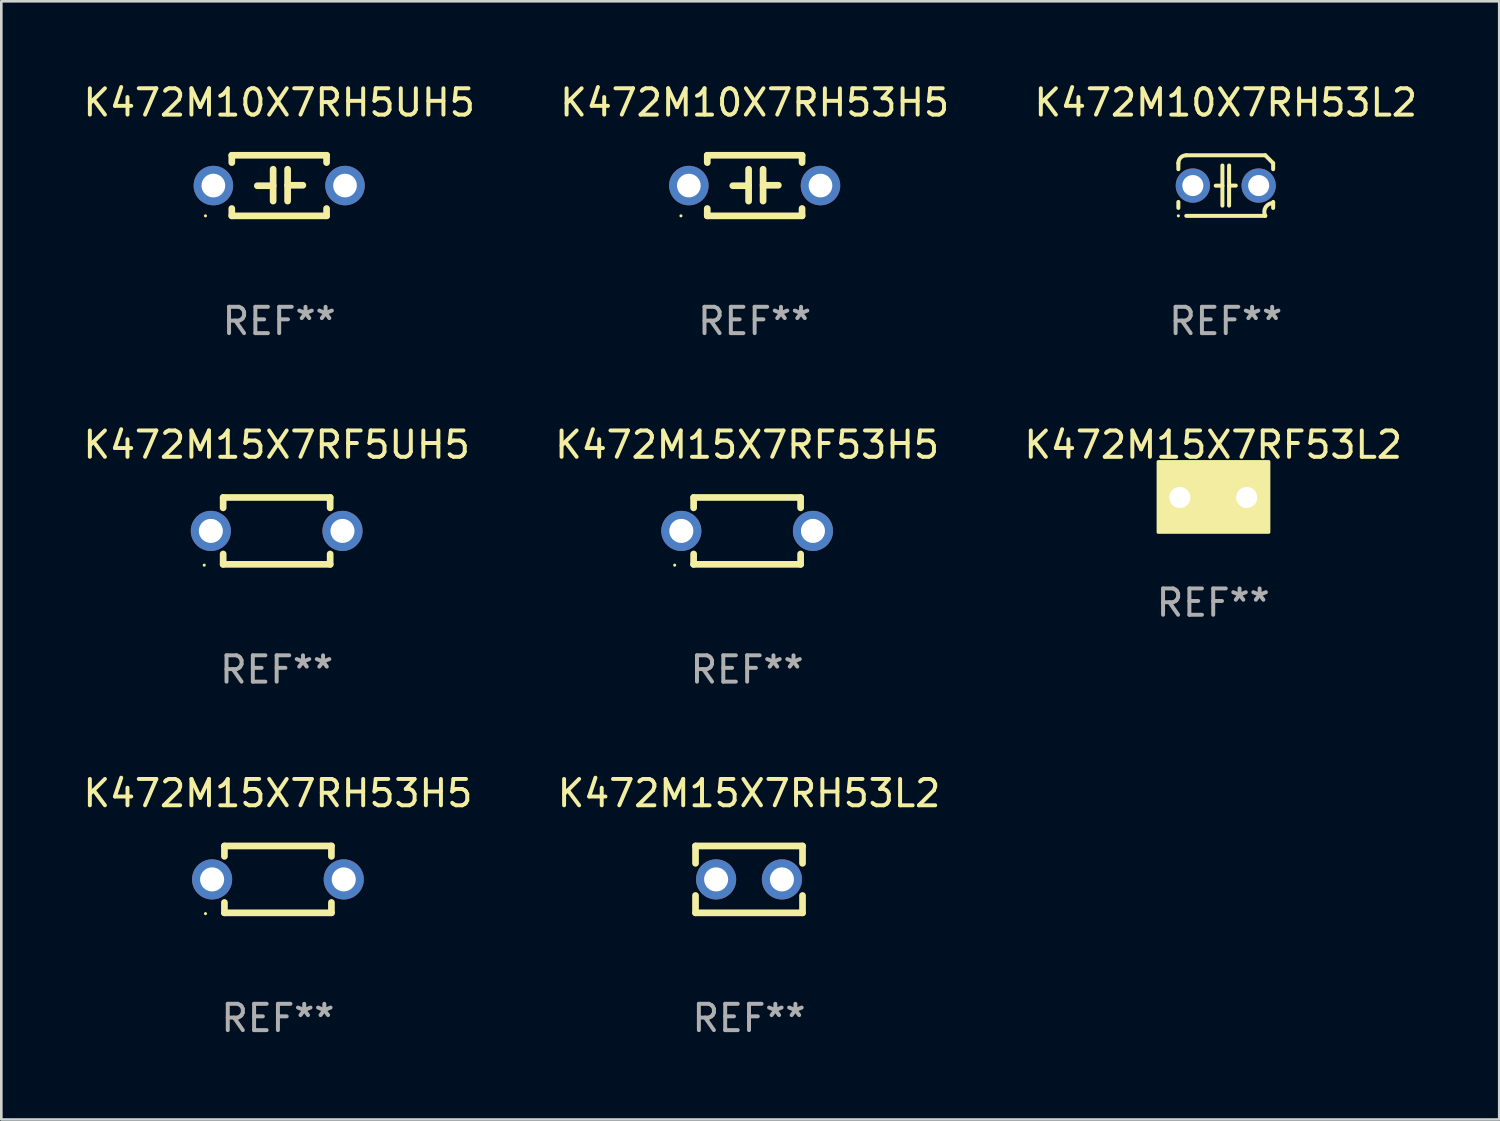
<source format=kicad_pcb>
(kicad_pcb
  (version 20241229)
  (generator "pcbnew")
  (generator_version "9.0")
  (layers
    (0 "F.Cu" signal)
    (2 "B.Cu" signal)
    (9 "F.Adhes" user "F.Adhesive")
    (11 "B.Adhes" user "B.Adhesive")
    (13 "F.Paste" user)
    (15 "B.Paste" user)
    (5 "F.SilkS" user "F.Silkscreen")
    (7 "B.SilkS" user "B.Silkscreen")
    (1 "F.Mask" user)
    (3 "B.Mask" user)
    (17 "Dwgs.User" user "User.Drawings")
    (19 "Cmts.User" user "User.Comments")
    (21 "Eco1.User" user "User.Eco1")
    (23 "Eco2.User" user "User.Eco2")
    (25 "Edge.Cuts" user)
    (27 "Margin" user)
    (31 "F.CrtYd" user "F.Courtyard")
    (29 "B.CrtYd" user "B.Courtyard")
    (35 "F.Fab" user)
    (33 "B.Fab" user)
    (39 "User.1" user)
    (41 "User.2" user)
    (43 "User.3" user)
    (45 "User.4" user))
  (footprint "K472M15X7RF53H5"
    (layer "F.Cu")
    (at 25.327 17.115)
    (property "Reference" "K472M15X7RF53H5" (at 0 -3.27 0) (layer "F.SilkS") (effects (font (size 1 1) (thickness 0.15))))
    (attr through_hole)
    (fp_line (start -2.032 -1.27) (end -2.032 -0.876) (stroke (width 0.254) (type solid)) (layer "F.SilkS"))
    (fp_line (start -2.032 0.876) (end -2.032 1.27) (stroke (width 0.254) (type solid)) (layer "F.SilkS"))
    (fp_line (start -2.032 1.27) (end 2.032 1.27) (stroke (width 0.254) (type solid)) (layer "F.SilkS"))
    (fp_line (start 2.032 -1.27) (end -2.032 -1.27) (stroke (width 0.254) (type solid)) (layer "F.SilkS"))
    (fp_line (start 2.032 -0.876) (end 2.032 -1.27) (stroke (width 0.254) (type solid)) (layer "F.SilkS"))
    (fp_line (start 2.032 1.27) (end 2.032 0.876) (stroke (width 0.254) (type solid)) (layer "F.SilkS"))
    (fp_circle (center -2.751 1.3) (end -2.721 1.3) (stroke (width 0.06) (type solid)) (fill no) (layer "F.SilkS"))
    (fp_text user "REF**" (at 0 5.27 0) (layer "F.Fab") (effects (font (size 1 1) (thickness 0.15))))
    (pad "1" thru_hole circle (at -2.5 0) (size 1.524 1.524) (drill 0.914) (layers "*.Cu" "*.Mask"))
    (pad "2" thru_hole circle (at 2.5 0) (size 1.524 1.524) (drill 0.914) (layers "*.Cu" "*.Mask")))
  (footprint "K472M15X7RH53H5"
    (layer "F.Cu")
    (at 7.506 30.351)
    (property "Reference" "K472M15X7RH53H5" (at 0 -3.27 0) (layer "F.SilkS") (effects (font (size 1 1) (thickness 0.15))))
    (attr through_hole)
    (fp_line (start -2.032 -1.27) (end -2.032 -0.876) (stroke (width 0.254) (type solid)) (layer "F.SilkS"))
    (fp_line (start -2.032 0.876) (end -2.032 1.27) (stroke (width 0.254) (type solid)) (layer "F.SilkS"))
    (fp_line (start -2.032 1.27) (end 2.032 1.27) (stroke (width 0.254) (type solid)) (layer "F.SilkS"))
    (fp_line (start 2.032 -1.27) (end -2.032 -1.27) (stroke (width 0.254) (type solid)) (layer "F.SilkS"))
    (fp_line (start 2.032 -0.876) (end 2.032 -1.27) (stroke (width 0.254) (type solid)) (layer "F.SilkS"))
    (fp_line (start 2.032 1.27) (end 2.032 0.876) (stroke (width 0.254) (type solid)) (layer "F.SilkS"))
    (fp_circle (center -2.751 1.3) (end -2.721 1.3) (stroke (width 0.06) (type solid)) (fill no) (layer "F.SilkS"))
    (fp_text user "REF**" (at 0 5.27 0) (layer "F.Fab") (effects (font (size 1 1) (thickness 0.15))))
    (pad "1" thru_hole circle (at -2.5 0) (size 1.524 1.524) (drill 0.914) (layers "*.Cu" "*.Mask"))
    (pad "2" thru_hole circle (at 2.5 0) (size 1.524 1.524) (drill 0.914) (layers "*.Cu" "*.Mask")))
  (footprint "K472M15X7RF53L2"
    (layer "F.Cu")
    (at 43.03 15.845)
    (property "Reference" "K472M15X7RF53L2" (at 0 -2 0) (layer "F.SilkS") (effects (font (size 1 1) (thickness 0.15))))
    (attr through_hole)
    (fp_circle (center -2 1.3) (end -1.97 1.3) (stroke (width 0.06) (type solid)) (fill no) (layer "F.SilkS"))
    (fp_poly (pts (xy -2.09 -1.36) (xy 2.11 -1.36) (xy 2.11 1.32) (xy -2.09 1.32)) (stroke (width 0.12) (type solid)) (fill yes) (layer "F.SilkS"))
    (fp_text user "REF**" (at 0 4 0) (layer "F.Fab") (effects (font (size 1 1) (thickness 0.15))))
    (pad "1" thru_hole circle (at -1.27 0) (size 1.4 1.4) (drill 0.8) (layers "*.Cu" "*.Mask"))
    (pad "2" thru_hole circle (at 1.27 0) (size 1.4 1.4) (drill 0.8) (layers "*.Cu" "*.Mask")))
  (footprint "K472M15X7RF5UH5"
    (layer "F.Cu")
    (at 7.458 17.115)
    (property "Reference" "K472M15X7RF5UH5" (at 0 -3.27 0) (layer "F.SilkS") (effects (font (size 1 1) (thickness 0.15))))
    (attr through_hole)
    (fp_line (start -2.032 -1.27) (end -2.032 -0.876) (stroke (width 0.254) (type solid)) (layer "F.SilkS"))
    (fp_line (start -2.032 0.876) (end -2.032 1.27) (stroke (width 0.254) (type solid)) (layer "F.SilkS"))
    (fp_line (start -2.032 1.27) (end 2.032 1.27) (stroke (width 0.254) (type solid)) (layer "F.SilkS"))
    (fp_line (start 2.032 -1.27) (end -2.032 -1.27) (stroke (width 0.254) (type solid)) (layer "F.SilkS"))
    (fp_line (start 2.032 -0.876) (end 2.032 -1.27) (stroke (width 0.254) (type solid)) (layer "F.SilkS"))
    (fp_line (start 2.032 1.27) (end 2.032 0.876) (stroke (width 0.254) (type solid)) (layer "F.SilkS"))
    (fp_circle (center -2.751 1.3) (end -2.721 1.3) (stroke (width 0.06) (type solid)) (fill no) (layer "F.SilkS"))
    (fp_text user "REF**" (at 0 5.27 0) (layer "F.Fab") (effects (font (size 1 1) (thickness 0.15))))
    (pad "1" thru_hole circle (at -2.5 0) (size 1.524 1.524) (drill 0.914) (layers "*.Cu" "*.Mask"))
    (pad "2" thru_hole circle (at 2.5 0) (size 1.524 1.524) (drill 0.914) (layers "*.Cu" "*.Mask")))
  (footprint "K472M10X7RH53L2"
    (layer "F.Cu")
    (at 43.506 3.998)
    (property "Reference" "K472M10X7RH53L2" (at 0 -3.15 0) (layer "F.SilkS") (effects (font (size 1 1) (thickness 0.15))))
    (attr through_hole)
    (fp_line (start -1.8 -0.621) (end -1.8 -0.85) (stroke (width 0.152) (type solid)) (layer "F.SilkS"))
    (fp_line (start -1.8 0.85) (end -1.8 0.621) (stroke (width 0.152) (type solid)) (layer "F.SilkS"))
    (fp_line (start -1.5 -1.15) (end 1.5 -1.15) (stroke (width 0.152) (type solid)) (layer "F.SilkS"))
    (fp_line (start -0.127 -0.762) (end -0.127 0.762) (stroke (width 0.152) (type solid)) (layer "F.SilkS"))
    (fp_line (start -0.127 0.005) (end -0.381 0.005) (stroke (width 0.152) (type solid)) (layer "F.SilkS"))
    (fp_line (start 0.127 -0.762) (end 0.127 0.762) (stroke (width 0.152) (type solid)) (layer "F.SilkS"))
    (fp_line (start 0.127 0.002) (end 0.381 0.002) (stroke (width 0.152) (type solid)) (layer "F.SilkS"))
    (fp_line (start 1.5 1.15) (end -1.5 1.15) (stroke (width 0.152) (type solid)) (layer "F.SilkS"))
    (fp_line (start 1.8 -0.85) (end 1.8 -0.621) (stroke (width 0.152) (type solid)) (layer "F.SilkS"))
    (fp_line (start 1.8 0.621) (end 1.8 0.85) (stroke (width 0.152) (type solid)) (layer "F.SilkS"))
    (fp_arc (start -1.799975 -0.849987) (mid -1.712107 -1.062119) (end -1.499975 -1.149987) (stroke (width 0.151994) (type solid)) (layer "F.SilkS"))
    (fp_arc (start 1.499975 1.149987) (mid 1.513726 0.822359) (end 1.799975 0.662387) (stroke (width 0.151994) (type solid)) (layer "F.SilkS"))
    (fp_arc (start 1.500001 -1.149986) (mid 1.650015 -1.000001) (end 1.8 -0.849987) (stroke (width 0.151994) (type solid)) (layer "F.SilkS"))
    (fp_circle (center -1.8 1.15) (end -1.77 1.15) (stroke (width 0.06) (type solid)) (fill no) (layer "F.SilkS"))
    (fp_text user "REF**" (at 0 5.15 0) (layer "F.Fab") (effects (font (size 1 1) (thickness 0.15))))
    (pad "1" thru_hole circle (at -1.25 0) (size 1.3 1.3) (drill 0.8) (layers "*.Cu" "*.Mask"))
    (pad "2" thru_hole circle (at 1.25 0) (size 1.3 1.3) (drill 0.8) (layers "*.Cu" "*.Mask")))
  (footprint "K472M15X7RH53L2"
    (layer "F.Cu")
    (at 25.399 30.351)
    (property "Reference" "K472M15X7RH53L2" (at 0 -3.27 0) (layer "F.SilkS") (effects (font (size 1 1) (thickness 0.15))))
    (attr through_hole)
    (fp_line (start -2.032 -1.27) (end -2.032 -0.611) (stroke (width 0.254) (type solid)) (layer "F.SilkS"))
    (fp_line (start -2.032 0.611) (end -2.032 1.27) (stroke (width 0.254) (type solid)) (layer "F.SilkS"))
    (fp_line (start -2.032 1.27) (end 2.032 1.27) (stroke (width 0.254) (type solid)) (layer "F.SilkS"))
    (fp_line (start 2.032 -1.27) (end -2.032 -1.27) (stroke (width 0.254) (type solid)) (layer "F.SilkS"))
    (fp_line (start 2.032 -0.611) (end 2.032 -1.27) (stroke (width 0.254) (type solid)) (layer "F.SilkS"))
    (fp_line (start 2.032 1.27) (end 2.032 0.611) (stroke (width 0.254) (type solid)) (layer "F.SilkS"))
    (fp_circle (center -2 1.3) (end -1.97 1.3) (stroke (width 0.06) (type solid)) (fill no) (layer "F.SilkS"))
    (fp_text user "REF**" (at 0 5.27 0) (layer "F.Fab") (effects (font (size 1 1) (thickness 0.15))))
    (pad "1" thru_hole circle (at -1.25 0) (size 1.524 1.524) (drill 0.914) (layers "*.Cu" "*.Mask"))
    (pad "2" thru_hole circle (at 1.25 0) (size 1.524 1.524) (drill 0.914) (layers "*.Cu" "*.Mask")))
  (footprint "K472M10X7RH5UH5"
    (layer "F.Cu")
    (at 7.554 3.998)
    (property "Reference" "K472M10X7RH5UH5" (at 0 -3.15 0) (layer "F.SilkS") (effects (font (size 1 1) (thickness 0.15))))
    (attr through_hole)
    (fp_line (start -1.8 -1.15) (end -1.8 -0.872) (stroke (width 0.254) (type solid)) (layer "F.SilkS"))
    (fp_line (start -1.8 -1.15) (end 1.8 -1.15) (stroke (width 0.254) (type solid)) (layer "F.SilkS"))
    (fp_line (start -1.8 0.872) (end -1.8 1.15) (stroke (width 0.254) (type solid)) (layer "F.SilkS"))
    (fp_line (start -1.8 1.15) (end 1.8 1.15) (stroke (width 0.254) (type solid)) (layer "F.SilkS"))
    (fp_line (start -0.23 -0.62) (end -0.23 0.59) (stroke (width 0.254) (type solid)) (layer "F.SilkS"))
    (fp_line (start -0.23 0.007) (end -0.83 0.007) (stroke (width 0.254) (type solid)) (layer "F.SilkS"))
    (fp_line (start 0.32 -0.62) (end 0.32 0.59) (stroke (width 0.254) (type solid)) (layer "F.SilkS"))
    (fp_line (start 0.32 -0.012) (end 0.9 -0.012) (stroke (width 0.254) (type solid)) (layer "F.SilkS"))
    (fp_line (start 1.8 -1.15) (end 1.8 -0.872) (stroke (width 0.254) (type solid)) (layer "F.SilkS"))
    (fp_line (start 1.8 0.872) (end 1.8 1.15) (stroke (width 0.254) (type solid)) (layer "F.SilkS"))
    (fp_circle (center -2.8 1.15) (end -2.77 1.15) (stroke (width 0.06) (type solid)) (fill no) (layer "F.SilkS"))
    (fp_text user "REF**" (at 0 5.15 0) (layer "F.Fab") (effects (font (size 1 1) (thickness 0.15))))
    (pad "1" thru_hole circle (at -2.5 0) (size 1.5 1.5) (drill 0.9) (layers "*.Cu" "*.Mask"))
    (pad "2" thru_hole circle (at 2.5 0) (size 1.5 1.5) (drill 0.9) (layers "*.Cu" "*.Mask")))
  (footprint "K472M10X7RH53H5"
    (layer "F.Cu")
    (at 25.613 3.998)
    (property "Reference" "K472M10X7RH53H5" (at 0 -3.15 0) (layer "F.SilkS") (effects (font (size 1 1) (thickness 0.15))))
    (attr through_hole)
    (fp_line (start -1.8 -1.15) (end -1.8 -0.872) (stroke (width 0.254) (type solid)) (layer "F.SilkS"))
    (fp_line (start -1.8 -1.15) (end 1.8 -1.15) (stroke (width 0.254) (type solid)) (layer "F.SilkS"))
    (fp_line (start -1.8 0.872) (end -1.8 1.15) (stroke (width 0.254) (type solid)) (layer "F.SilkS"))
    (fp_line (start -1.8 1.15) (end 1.8 1.15) (stroke (width 0.254) (type solid)) (layer "F.SilkS"))
    (fp_line (start -0.23 -0.62) (end -0.23 0.59) (stroke (width 0.254) (type solid)) (layer "F.SilkS"))
    (fp_line (start -0.23 0.007) (end -0.83 0.007) (stroke (width 0.254) (type solid)) (layer "F.SilkS"))
    (fp_line (start 0.32 -0.62) (end 0.32 0.59) (stroke (width 0.254) (type solid)) (layer "F.SilkS"))
    (fp_line (start 0.32 -0.012) (end 0.9 -0.012) (stroke (width 0.254) (type solid)) (layer "F.SilkS"))
    (fp_line (start 1.8 -1.15) (end 1.8 -0.872) (stroke (width 0.254) (type solid)) (layer "F.SilkS"))
    (fp_line (start 1.8 0.872) (end 1.8 1.15) (stroke (width 0.254) (type solid)) (layer "F.SilkS"))
    (fp_circle (center -2.8 1.15) (end -2.77 1.15) (stroke (width 0.06) (type solid)) (fill no) (layer "F.SilkS"))
    (fp_text user "REF**" (at 0 5.15 0) (layer "F.Fab") (effects (font (size 1 1) (thickness 0.15))))
    (pad "1" thru_hole circle (at -2.5 0) (size 1.5 1.5) (drill 0.9) (layers "*.Cu" "*.Mask"))
    (pad "2" thru_hole circle (at 2.5 0) (size 1.5 1.5) (drill 0.9) (layers "*.Cu" "*.Mask")))
  (gr_rect
    (start -3 -3)
    (end 53.893 39.47)
    (stroke (width 0.1) (type default))
    (fill no)
    (layer "Edge.Cuts")))
</source>
